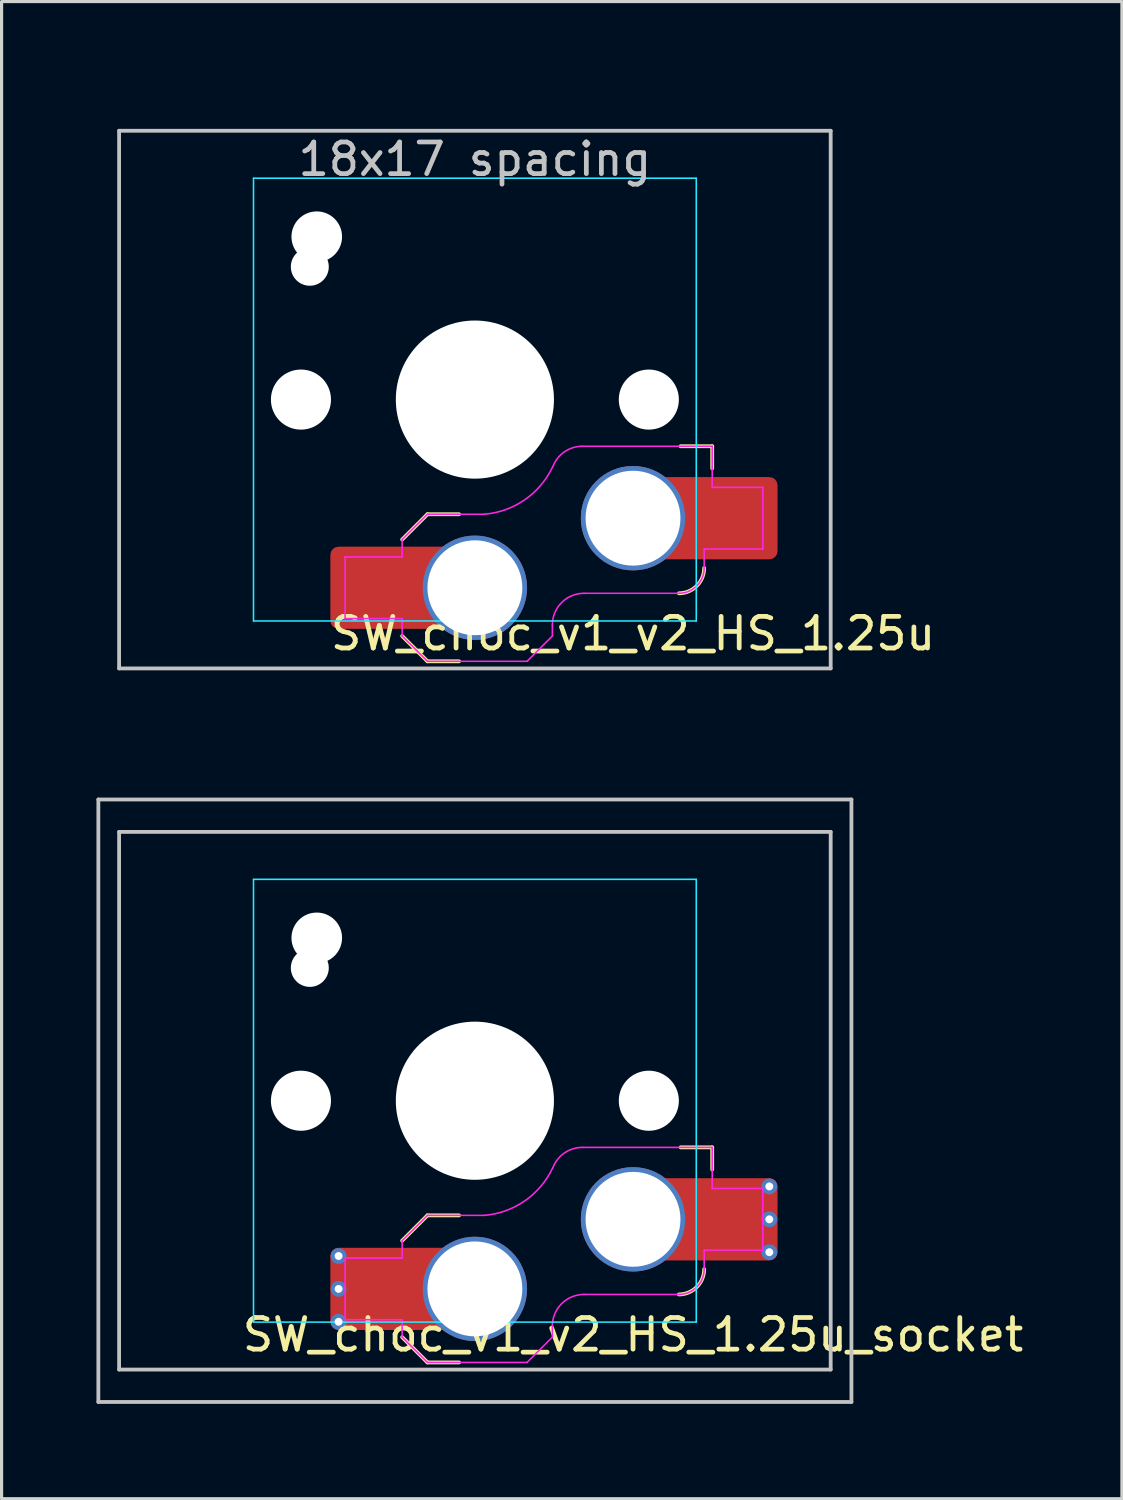
<source format=kicad_pcb>
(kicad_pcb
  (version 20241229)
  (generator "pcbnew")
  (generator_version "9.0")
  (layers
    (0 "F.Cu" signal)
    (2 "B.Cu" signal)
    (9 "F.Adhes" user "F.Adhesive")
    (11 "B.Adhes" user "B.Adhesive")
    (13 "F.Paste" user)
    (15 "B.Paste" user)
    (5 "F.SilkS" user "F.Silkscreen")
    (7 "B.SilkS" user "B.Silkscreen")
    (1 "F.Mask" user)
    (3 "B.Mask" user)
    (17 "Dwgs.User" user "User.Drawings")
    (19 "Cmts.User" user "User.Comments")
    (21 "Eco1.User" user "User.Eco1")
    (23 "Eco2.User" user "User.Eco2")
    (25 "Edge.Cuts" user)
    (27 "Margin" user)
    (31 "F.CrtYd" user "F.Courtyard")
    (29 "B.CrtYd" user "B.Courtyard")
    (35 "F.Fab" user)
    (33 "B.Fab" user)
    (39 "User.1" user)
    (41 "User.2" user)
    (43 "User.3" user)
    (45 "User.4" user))
  (footprint "SW_choc_v1_v2_HS_1.25u_socket"
    (layer "F.Cu")
    (at 11.966 31.755)
    (property "Reference" "SW_choc_v1_v2_HS_1.25u_socket" (at 5 7.4 180) (layer "F.SilkS") (effects (font (size 1 1) (thickness 0.15))))
    (attr smd)
    (fp_line (start -2.3 7.475) (end -1.5 8.275) (stroke (width 0.12) (type solid)) (layer "F.SilkS"))
    (fp_line (start -1.5 3.625) (end -2.3 4.425) (stroke (width 0.12) (type solid)) (layer "F.SilkS"))
    (fp_line (start -1.5 3.625) (end -0.5 3.625) (stroke (width 0.12) (type solid)) (layer "F.SilkS"))
    (fp_line (start -1.5 8.275) (end -0.5 8.275) (stroke (width 0.12) (type solid)) (layer "F.SilkS"))
    (fp_line (start 7.504 1.475) (end 6.504 1.475) (stroke (width 0.12) (type solid)) (layer "F.SilkS"))
    (fp_line (start 7.504 1.475) (end 7.504 2.175) (stroke (width 0.12) (type solid)) (layer "F.SilkS"))
    (fp_arc (start 7.25 5.325) (mid 7.015685 5.890685) (end 6.45 6.125) (stroke (width 0.12) (type solid)) (layer "F.SilkS"))
    (fp_line (start -11.906 -9.525) (end 11.906 -9.525) (stroke (width 0.12) (type solid)) (layer "Dwgs.User"))
    (fp_line (start -11.906 9.525) (end -11.906 -9.525) (stroke (width 0.12) (type solid)) (layer "Dwgs.User"))
    (fp_line (start -11.25 -8.5) (end -11.25 8.5) (stroke (width 0.12) (type solid)) (layer "Dwgs.User"))
    (fp_line (start -11.25 8.5) (end 11.25 8.5) (stroke (width 0.12) (type solid)) (layer "Dwgs.User"))
    (fp_line (start 11.25 -8.5) (end -11.25 -8.5) (stroke (width 0.12) (type solid)) (layer "Dwgs.User"))
    (fp_line (start 11.25 8.5) (end 11.25 -8.5) (stroke (width 0.12) (type solid)) (layer "Dwgs.User"))
    (fp_line (start 11.906 -9.525) (end 11.906 9.525) (stroke (width 0.12) (type solid)) (layer "Dwgs.User"))
    (fp_line (start 11.906 9.525) (end -11.906 9.525) (stroke (width 0.12) (type solid)) (layer "Dwgs.User"))
    (fp_line (start -6.95 -6.45) (end -6.95 6.45) (stroke (width 0.05) (type solid)) (layer "Eco2.User"))
    (fp_line (start -6.45 6.95) (end 6.45 6.95) (stroke (width 0.05) (type solid)) (layer "Eco2.User"))
    (fp_line (start 6.45 -6.95) (end -6.45 -6.95) (stroke (width 0.05) (type solid)) (layer "Eco2.User"))
    (fp_line (start 6.95 6.45) (end 6.95 -6.45) (stroke (width 0.05) (type solid)) (layer "Eco2.User"))
    (fp_arc (start -6.95 -6.45) (mid -6.803553 -6.803553) (end -6.45 -6.95) (stroke (width 0.05) (type solid)) (layer "Eco2.User"))
    (fp_arc (start -6.45 6.95) (mid -6.803553 6.803553) (end -6.95 6.45) (stroke (width 0.05) (type solid)) (layer "Eco2.User"))
    (fp_arc (start 6.45 -6.95) (mid 6.803553 -6.803553) (end 6.95 -6.45) (stroke (width 0.05) (type solid)) (layer "Eco2.User"))
    (fp_arc (start 6.95 6.45) (mid 6.803553 6.803553) (end 6.45 6.95) (stroke (width 0.05) (type solid)) (layer "Eco2.User"))
    (fp_line (start -7 -7) (end -7 7) (stroke (width 0.05) (type solid)) (layer "B.CrtYd"))
    (fp_line (start -7 7) (end 7 7) (stroke (width 0.05) (type solid)) (layer "B.CrtYd"))
    (fp_line (start 7 -7) (end -7 -7) (stroke (width 0.05) (type solid)) (layer "B.CrtYd"))
    (fp_line (start 7 7) (end 7 -7) (stroke (width 0.05) (type solid)) (layer "B.CrtYd"))
    (fp_line (start -4.104 4.975) (end -4.104 6.925) (stroke (width 0.05) (type solid)) (layer "F.CrtYd"))
    (fp_line (start -4.104 4.975) (end -2.3 4.975) (stroke (width 0.05) (type solid)) (layer "F.CrtYd"))
    (fp_line (start -4.104 6.925) (end -2.3 6.925) (stroke (width 0.05) (type solid)) (layer "F.CrtYd"))
    (fp_line (start -2.3 4.975) (end -2.3 4.425) (stroke (width 0.05) (type solid)) (layer "F.CrtYd"))
    (fp_line (start -2.3 7.475) (end -2.3 6.925) (stroke (width 0.05) (type solid)) (layer "F.CrtYd"))
    (fp_line (start -2.3 7.475) (end -1.5 8.275) (stroke (width 0.05) (type solid)) (layer "F.CrtYd"))
    (fp_line (start -1.5 3.625) (end -2.3 4.425) (stroke (width 0.05) (type solid)) (layer "F.CrtYd"))
    (fp_line (start -1.5 3.625) (end 0.3 3.625) (stroke (width 0.05) (type solid)) (layer "F.CrtYd"))
    (fp_line (start -1.5 8.275) (end 1.65 8.275) (stroke (width 0.05) (type solid)) (layer "F.CrtYd"))
    (fp_line (start 2.45 7.475) (end 1.65 8.275) (stroke (width 0.05) (type solid)) (layer "F.CrtYd"))
    (fp_line (start 2.45 7.475) (end 2.45 7.125) (stroke (width 0.05) (type solid)) (layer "F.CrtYd"))
    (fp_line (start 3.45 6.125) (end 6.45 6.125) (stroke (width 0.05) (type solid)) (layer "F.CrtYd"))
    (fp_line (start 7.25 4.725) (end 9.104 4.725) (stroke (width 0.05) (type solid)) (layer "F.CrtYd"))
    (fp_line (start 7.25 5.325) (end 7.25 4.725) (stroke (width 0.05) (type solid)) (layer "F.CrtYd"))
    (fp_line (start 7.504 1.475) (end 3.4 1.475) (stroke (width 0.05) (type solid)) (layer "F.CrtYd"))
    (fp_line (start 7.504 1.475) (end 7.504 2.175) (stroke (width 0.05) (type solid)) (layer "F.CrtYd"))
    (fp_line (start 7.504 2.175) (end 7.504 2.775) (stroke (width 0.05) (type solid)) (layer "F.CrtYd"))
    (fp_line (start 9.104 2.775) (end 7.504 2.775) (stroke (width 0.05) (type solid)) (layer "F.CrtYd"))
    (fp_line (start 9.104 4.725) (end 9.104 2.775) (stroke (width 0.05) (type solid)) (layer "F.CrtYd"))
    (fp_arc (start 2.45 7.125) (mid 2.742893 6.417893) (end 3.45 6.125) (stroke (width 0.05) (type solid)) (layer "F.CrtYd"))
    (fp_arc (start 2.455444 2.13293) (mid 1.577272 3.167235) (end 0.299999 3.624999) (stroke (width 0.05) (type solid)) (layer "F.CrtYd"))
    (fp_arc (start 2.460307 2.13298) (mid 2.826423 1.655848) (end 3.4 1.475) (stroke (width 0.05) (type solid)) (layer "F.CrtYd"))
    (fp_arc (start 7.25 5.325) (mid 7.015685 5.890685) (end 6.45 6.125) (stroke (width 0.05) (type solid)) (layer "F.CrtYd"))
    (pad "" np_thru_hole circle (at -5.5 0 180) (size 1.9 1.9) (drill 1.9) (layers "*.Cu" "*.Mask"))
    (pad "" np_thru_hole circle (at -5.22 -4.2 180) (size 1.2 1.2) (drill 1.2) (layers "*.Cu" "*.Mask"))
    (pad "" np_thru_hole circle (at -5 -5.15 180) (size 1.6 1.6) (drill 1.6) (layers "*.Cu" "*.Mask"))
    (pad "" np_thru_hole circle (at 0 0 180) (size 5 5) (drill 5) (layers "*.Cu" "*.Mask"))
    (pad "" np_thru_hole circle (at 5.5 0 180) (size 1.9 1.9) (drill 1.9) (layers "*.Cu" "*.Mask"))
    (pad "1" thru_hole circle (at 5 3.75) (size 3.3 3.3) (drill 3) (layers "*.Cu"))
    (pad "1" smd rect (at 6.55 3.75) (size 1.2 2.6) (layers "F.Cu"))
    (pad "1" smd roundrect (at 8.245 3.75) (size 2.65 2.6) (layers "F.Cu" "F.Mask" "F.Paste") (roundrect_rratio 0.1))
    (pad "1" thru_hole circle (at 9.31 2.71) (size 0.5 0.5) (drill 0.25) (layers "*.Cu"))
    (pad "1" thru_hole circle (at 9.31 3.75) (size 0.5 0.5) (drill 0.25) (layers "*.Cu"))
    (pad "1" thru_hole circle (at 9.31 4.79) (size 0.5 0.5) (drill 0.25) (layers "*.Cu"))
    (pad "2" thru_hole circle (at -4.31 4.91) (size 0.5 0.5) (drill 0.25) (layers "*.Cu"))
    (pad "2" thru_hole circle (at -4.31 5.95) (size 0.5 0.5) (drill 0.25) (layers "*.Cu"))
    (pad "2" thru_hole circle (at -4.31 6.99) (size 0.5 0.5) (drill 0.25) (layers "*.Cu"))
    (pad "2" smd roundrect (at -3.245 5.95) (size 2.65 2.6) (layers "F.Cu" "F.Mask" "F.Paste") (roundrect_rratio 0.1))
    (pad "2" smd rect (at -1.55 5.95 180) (size 1.2 2.6) (layers "F.Cu"))
    (pad "2" thru_hole circle (at 0 5.95) (size 3.3 3.3) (drill 3) (layers "*.Cu")))
  (footprint "SW_choc_v1_v2_HS_1.25u"
    (layer "F.Cu")
    (at 11.966 9.585)
    (property "Reference" "SW_choc_v1_v2_HS_1.25u" (at 5 7.4 180) (layer "F.SilkS") (effects (font (size 1 1) (thickness 0.15))))
    (attr smd)
    (fp_line (start -2.3 7.475) (end -1.5 8.275) (stroke (width 0.12) (type solid)) (layer "F.SilkS"))
    (fp_line (start -1.5 3.625) (end -2.3 4.425) (stroke (width 0.12) (type solid)) (layer "F.SilkS"))
    (fp_line (start -1.5 3.625) (end -0.5 3.625) (stroke (width 0.12) (type solid)) (layer "F.SilkS"))
    (fp_line (start -1.5 8.275) (end -0.5 8.275) (stroke (width 0.12) (type solid)) (layer "F.SilkS"))
    (fp_line (start 7.504 1.475) (end 6.504 1.475) (stroke (width 0.12) (type solid)) (layer "F.SilkS"))
    (fp_line (start 7.504 1.475) (end 7.504 2.175) (stroke (width 0.12) (type solid)) (layer "F.SilkS"))
    (fp_arc (start 7.25 5.325) (mid 7.015685 5.890685) (end 6.45 6.125) (stroke (width 0.12) (type solid)) (layer "F.SilkS"))
    (fp_line (start -11.25 -8.5) (end -11.25 8.5) (stroke (width 0.12) (type solid)) (layer "Dwgs.User"))
    (fp_line (start -11.25 8.5) (end 11.25 8.5) (stroke (width 0.12) (type solid)) (layer "Dwgs.User"))
    (fp_line (start 11.25 -8.5) (end -11.25 -8.5) (stroke (width 0.12) (type solid)) (layer "Dwgs.User"))
    (fp_line (start 11.25 8.5) (end 11.25 -8.5) (stroke (width 0.12) (type solid)) (layer "Dwgs.User"))
    (fp_line (start -11.906 -9.525) (end 11.906 -9.525) (stroke (width 0.12) (type solid)) (layer "Eco1.User"))
    (fp_line (start -11.906 9.525) (end -11.906 -9.525) (stroke (width 0.12) (type solid)) (layer "Eco1.User"))
    (fp_line (start 11.906 -9.525) (end 11.906 9.525) (stroke (width 0.12) (type solid)) (layer "Eco1.User"))
    (fp_line (start 11.906 9.525) (end -11.906 9.525) (stroke (width 0.12) (type solid)) (layer "Eco1.User"))
    (fp_line (start -6.95 -6.45) (end -6.95 6.45) (stroke (width 0.05) (type solid)) (layer "Eco2.User"))
    (fp_line (start -6.45 6.95) (end 6.45 6.95) (stroke (width 0.05) (type solid)) (layer "Eco2.User"))
    (fp_line (start 6.45 -6.95) (end -6.45 -6.95) (stroke (width 0.05) (type solid)) (layer "Eco2.User"))
    (fp_line (start 6.95 6.45) (end 6.95 -6.45) (stroke (width 0.05) (type solid)) (layer "Eco2.User"))
    (fp_arc (start -6.95 -6.45) (mid -6.803553 -6.803553) (end -6.45 -6.95) (stroke (width 0.05) (type solid)) (layer "Eco2.User"))
    (fp_arc (start -6.45 6.95) (mid -6.803553 6.803553) (end -6.95 6.45) (stroke (width 0.05) (type solid)) (layer "Eco2.User"))
    (fp_arc (start 6.45 -6.95) (mid 6.803553 -6.803553) (end 6.95 -6.45) (stroke (width 0.05) (type solid)) (layer "Eco2.User"))
    (fp_arc (start 6.95 6.45) (mid 6.803553 6.803553) (end 6.45 6.95) (stroke (width 0.05) (type solid)) (layer "Eco2.User"))
    (fp_line (start -7 -7) (end -7 7) (stroke (width 0.05) (type solid)) (layer "B.CrtYd"))
    (fp_line (start -7 7) (end 7 7) (stroke (width 0.05) (type solid)) (layer "B.CrtYd"))
    (fp_line (start 7 -7) (end -7 -7) (stroke (width 0.05) (type solid)) (layer "B.CrtYd"))
    (fp_line (start 7 7) (end 7 -7) (stroke (width 0.05) (type solid)) (layer "B.CrtYd"))
    (fp_line (start -4.104 4.975) (end -4.104 6.925) (stroke (width 0.05) (type solid)) (layer "F.CrtYd"))
    (fp_line (start -4.104 4.975) (end -2.3 4.975) (stroke (width 0.05) (type solid)) (layer "F.CrtYd"))
    (fp_line (start -4.104 6.925) (end -2.3 6.925) (stroke (width 0.05) (type solid)) (layer "F.CrtYd"))
    (fp_line (start -2.3 4.975) (end -2.3 4.425) (stroke (width 0.05) (type solid)) (layer "F.CrtYd"))
    (fp_line (start -2.3 7.475) (end -2.3 6.925) (stroke (width 0.05) (type solid)) (layer "F.CrtYd"))
    (fp_line (start -2.3 7.475) (end -1.5 8.275) (stroke (width 0.05) (type solid)) (layer "F.CrtYd"))
    (fp_line (start -1.5 3.625) (end -2.3 4.425) (stroke (width 0.05) (type solid)) (layer "F.CrtYd"))
    (fp_line (start -1.5 3.625) (end 0.3 3.625) (stroke (width 0.05) (type solid)) (layer "F.CrtYd"))
    (fp_line (start -1.5 8.275) (end 1.65 8.275) (stroke (width 0.05) (type solid)) (layer "F.CrtYd"))
    (fp_line (start 2.45 7.475) (end 1.65 8.275) (stroke (width 0.05) (type solid)) (layer "F.CrtYd"))
    (fp_line (start 2.45 7.475) (end 2.45 7.125) (stroke (width 0.05) (type solid)) (layer "F.CrtYd"))
    (fp_line (start 3.45 6.125) (end 6.45 6.125) (stroke (width 0.05) (type solid)) (layer "F.CrtYd"))
    (fp_line (start 7.25 4.725) (end 9.104 4.725) (stroke (width 0.05) (type solid)) (layer "F.CrtYd"))
    (fp_line (start 7.25 5.325) (end 7.25 4.725) (stroke (width 0.05) (type solid)) (layer "F.CrtYd"))
    (fp_line (start 7.504 1.475) (end 3.4 1.475) (stroke (width 0.05) (type solid)) (layer "F.CrtYd"))
    (fp_line (start 7.504 1.475) (end 7.504 2.175) (stroke (width 0.05) (type solid)) (layer "F.CrtYd"))
    (fp_line (start 7.504 2.175) (end 7.504 2.775) (stroke (width 0.05) (type solid)) (layer "F.CrtYd"))
    (fp_line (start 9.104 2.775) (end 7.504 2.775) (stroke (width 0.05) (type solid)) (layer "F.CrtYd"))
    (fp_line (start 9.104 4.725) (end 9.104 2.775) (stroke (width 0.05) (type solid)) (layer "F.CrtYd"))
    (fp_arc (start 2.45 7.125) (mid 2.742893 6.417893) (end 3.45 6.125) (stroke (width 0.05) (type solid)) (layer "F.CrtYd"))
    (fp_arc (start 2.455444 2.13293) (mid 1.577272 3.167235) (end 0.299999 3.624999) (stroke (width 0.05) (type solid)) (layer "F.CrtYd"))
    (fp_arc (start 2.460307 2.13298) (mid 2.826423 1.655848) (end 3.4 1.475) (stroke (width 0.05) (type solid)) (layer "F.CrtYd"))
    (fp_arc (start 7.25 5.325) (mid 7.015685 5.890685) (end 6.45 6.125) (stroke (width 0.05) (type solid)) (layer "F.CrtYd"))
    (fp_text user "18x17 spacing" (at 0 -7.6 180) (layer "Dwgs.User") (effects (font (size 1 1) (thickness 0.15))))
    (fp_text user "19.05 spacing" (at 0 -8.7 180) (layer "Eco1.User") (effects (font (size 1 1) (thickness 0.15))))
    (pad "" np_thru_hole circle (at -5.5 0 180) (size 1.9 1.9) (drill 1.9) (layers "*.Cu" "*.Mask"))
    (pad "" np_thru_hole circle (at -5.22 -4.2 180) (size 1.2 1.2) (drill 1.2) (layers "*.Cu" "*.Mask"))
    (pad "" np_thru_hole circle (at -5 -5.15 180) (size 1.6 1.6) (drill 1.6) (layers "*.Cu" "*.Mask"))
    (pad "" np_thru_hole circle (at 0 0 180) (size 5 5) (drill 5) (layers "*.Cu" "*.Mask"))
    (pad "" np_thru_hole circle (at 5.5 0 180) (size 1.9 1.9) (drill 1.9) (layers "*.Cu" "*.Mask"))
    (pad "1" thru_hole circle (at 5 3.75) (size 3.3 3.3) (drill 3) (layers "*.Cu"))
    (pad "1" smd rect (at 6.55 3.75) (size 1.2 2.6) (layers "F.Cu"))
    (pad "1" smd roundrect (at 8.245 3.75) (size 2.65 2.6) (layers "F.Cu" "F.Mask" "F.Paste") (roundrect_rratio 0.1))
    (pad "2" smd roundrect (at -3.245 5.95) (size 2.65 2.6) (layers "F.Cu" "F.Mask" "F.Paste") (roundrect_rratio 0.1))
    (pad "2" smd rect (at -1.55 5.95 180) (size 1.2 2.6) (layers "F.Cu"))
    (pad "2" thru_hole circle (at 0 5.95) (size 3.3 3.3) (drill 3) (layers "*.Cu")))
  (gr_rect
    (start -3 -3)
    (end 32.425 44.34)
    (stroke (width 0.1) (type default))
    (fill no)
    (layer "Edge.Cuts")))
</source>
